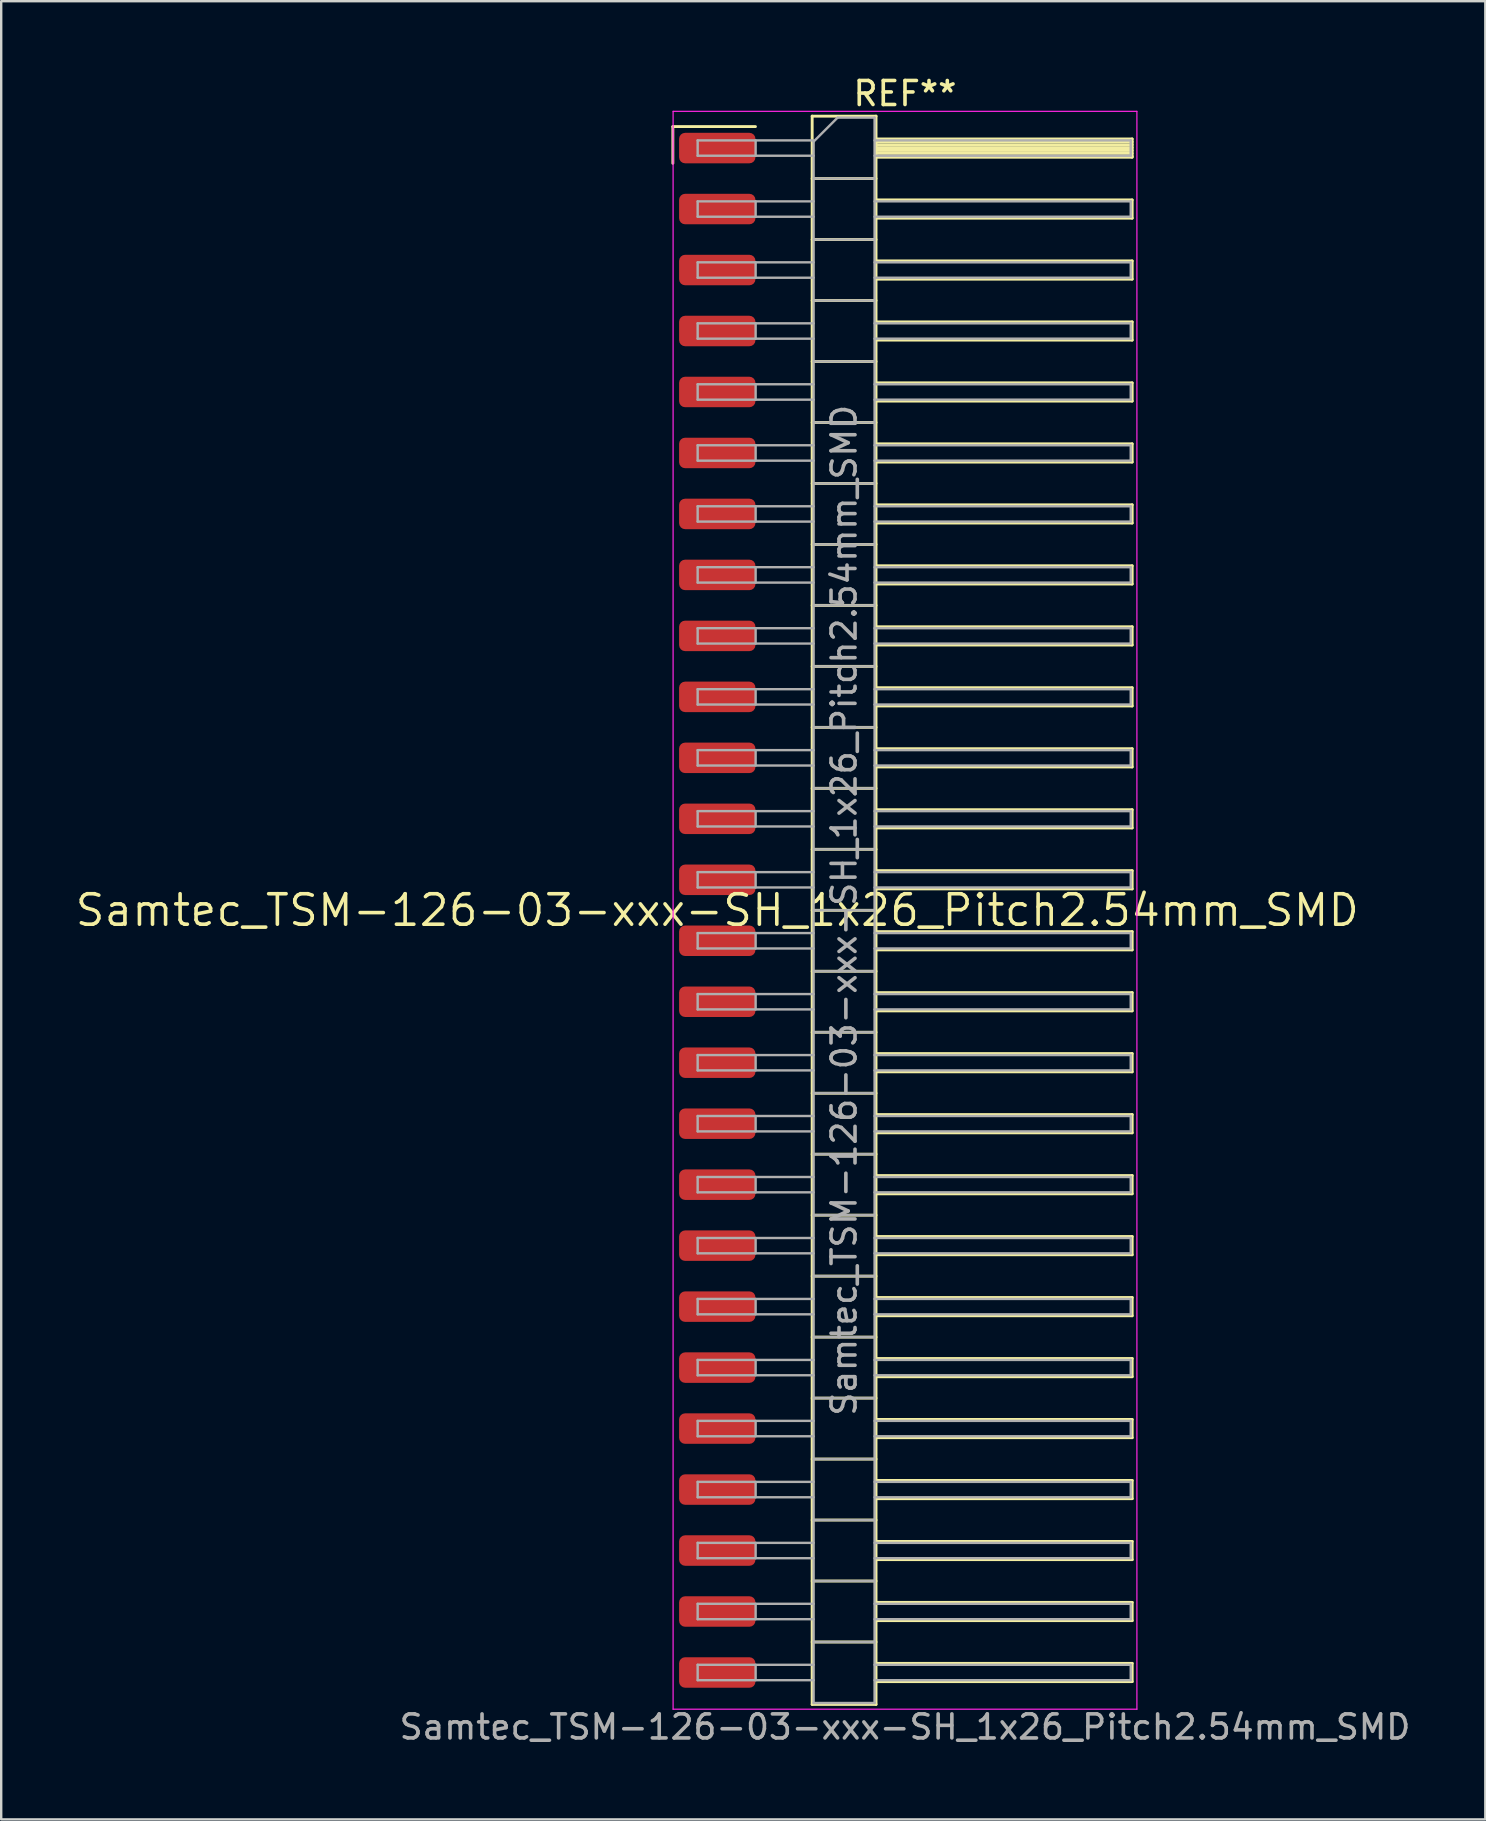
<source format=kicad_pcb>
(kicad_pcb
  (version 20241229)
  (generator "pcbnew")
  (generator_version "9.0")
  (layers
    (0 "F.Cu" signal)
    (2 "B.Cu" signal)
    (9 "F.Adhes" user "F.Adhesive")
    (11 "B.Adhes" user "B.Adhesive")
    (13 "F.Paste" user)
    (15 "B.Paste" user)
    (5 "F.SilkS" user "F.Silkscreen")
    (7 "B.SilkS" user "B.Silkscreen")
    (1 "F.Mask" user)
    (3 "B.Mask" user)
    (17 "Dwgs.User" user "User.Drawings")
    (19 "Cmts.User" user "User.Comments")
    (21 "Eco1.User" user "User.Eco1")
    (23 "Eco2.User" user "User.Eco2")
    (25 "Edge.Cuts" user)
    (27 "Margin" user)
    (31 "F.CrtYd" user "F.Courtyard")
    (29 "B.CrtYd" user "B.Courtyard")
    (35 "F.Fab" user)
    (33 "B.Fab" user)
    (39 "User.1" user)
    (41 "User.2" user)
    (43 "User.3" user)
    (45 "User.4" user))
  (footprint "Samtec_TSM-126-03-xxx-SH_1x26_Pitch2.54mm_SMD"
    (layer "F.Cu")
    (at 26.828 34.868)
    (property "Reference" "Samtec_TSM-126-03-xxx-SH_1x26_Pitch2.54mm_SMD" (at 0 0 0) (layer "F.SilkS") (effects (font (size 1.27 1.27) (thickness 0.15))))
    (attr smd)
    (fp_line (start -1.85 -32.645) (end 1.59 -32.645) (stroke (width 0.12) (type solid)) (layer "F.SilkS"))
    (fp_line (start -1.85 -31.115) (end -1.85 -32.645) (stroke (width 0.12) (type solid)) (layer "F.SilkS"))
    (fp_line (start 3.953 -33.08) (end 6.613 -33.08) (stroke (width 0.12) (type solid)) (layer "F.SilkS"))
    (fp_line (start 3.953 -30.48) (end 6.613 -30.48) (stroke (width 0.12) (type solid)) (layer "F.SilkS"))
    (fp_line (start 3.953 -27.94) (end 6.613 -27.94) (stroke (width 0.12) (type solid)) (layer "F.SilkS"))
    (fp_line (start 3.953 -25.4) (end 6.613 -25.4) (stroke (width 0.12) (type solid)) (layer "F.SilkS"))
    (fp_line (start 3.953 -22.86) (end 6.613 -22.86) (stroke (width 0.12) (type solid)) (layer "F.SilkS"))
    (fp_line (start 3.953 -20.32) (end 6.613 -20.32) (stroke (width 0.12) (type solid)) (layer "F.SilkS"))
    (fp_line (start 3.953 -17.78) (end 6.613 -17.78) (stroke (width 0.12) (type solid)) (layer "F.SilkS"))
    (fp_line (start 3.953 -15.24) (end 6.613 -15.24) (stroke (width 0.12) (type solid)) (layer "F.SilkS"))
    (fp_line (start 3.953 -12.7) (end 6.613 -12.7) (stroke (width 0.12) (type solid)) (layer "F.SilkS"))
    (fp_line (start 3.953 -10.16) (end 6.613 -10.16) (stroke (width 0.12) (type solid)) (layer "F.SilkS"))
    (fp_line (start 3.953 -7.62) (end 6.613 -7.62) (stroke (width 0.12) (type solid)) (layer "F.SilkS"))
    (fp_line (start 3.953 -5.08) (end 6.613 -5.08) (stroke (width 0.12) (type solid)) (layer "F.SilkS"))
    (fp_line (start 3.953 -2.54) (end 6.613 -2.54) (stroke (width 0.12) (type solid)) (layer "F.SilkS"))
    (fp_line (start 3.953 0) (end 6.613 0) (stroke (width 0.12) (type solid)) (layer "F.SilkS"))
    (fp_line (start 3.953 2.54) (end 6.613 2.54) (stroke (width 0.12) (type solid)) (layer "F.SilkS"))
    (fp_line (start 3.953 5.08) (end 6.613 5.08) (stroke (width 0.12) (type solid)) (layer "F.SilkS"))
    (fp_line (start 3.953 7.62) (end 6.613 7.62) (stroke (width 0.12) (type solid)) (layer "F.SilkS"))
    (fp_line (start 3.953 10.16) (end 6.613 10.16) (stroke (width 0.12) (type solid)) (layer "F.SilkS"))
    (fp_line (start 3.953 12.7) (end 6.613 12.7) (stroke (width 0.12) (type solid)) (layer "F.SilkS"))
    (fp_line (start 3.953 15.24) (end 6.613 15.24) (stroke (width 0.12) (type solid)) (layer "F.SilkS"))
    (fp_line (start 3.953 17.78) (end 6.613 17.78) (stroke (width 0.12) (type solid)) (layer "F.SilkS"))
    (fp_line (start 3.953 20.32) (end 6.613 20.32) (stroke (width 0.12) (type solid)) (layer "F.SilkS"))
    (fp_line (start 3.953 22.86) (end 6.613 22.86) (stroke (width 0.12) (type solid)) (layer "F.SilkS"))
    (fp_line (start 3.953 25.4) (end 6.613 25.4) (stroke (width 0.12) (type solid)) (layer "F.SilkS"))
    (fp_line (start 3.953 27.94) (end 6.613 27.94) (stroke (width 0.12) (type solid)) (layer "F.SilkS"))
    (fp_line (start 3.953 30.48) (end 6.613 30.48) (stroke (width 0.12) (type solid)) (layer "F.SilkS"))
    (fp_line (start 3.953 33.08) (end 3.953 -33.08) (stroke (width 0.12) (type solid)) (layer "F.SilkS"))
    (fp_line (start 6.613 -33.08) (end 6.613 33.08) (stroke (width 0.12) (type solid)) (layer "F.SilkS"))
    (fp_line (start 6.613 -32.13) (end 17.283 -32.13) (stroke (width 0.12) (type solid)) (layer "F.SilkS"))
    (fp_line (start 6.613 -32.01) (end 17.283 -32.01) (stroke (width 0.12) (type solid)) (layer "F.SilkS"))
    (fp_line (start 6.613 -31.89) (end 17.283 -31.89) (stroke (width 0.12) (type solid)) (layer "F.SilkS"))
    (fp_line (start 6.613 -31.77) (end 17.283 -31.77) (stroke (width 0.12) (type solid)) (layer "F.SilkS"))
    (fp_line (start 6.613 -31.65) (end 17.283 -31.65) (stroke (width 0.12) (type solid)) (layer "F.SilkS"))
    (fp_line (start 6.613 -31.53) (end 17.283 -31.53) (stroke (width 0.12) (type solid)) (layer "F.SilkS"))
    (fp_line (start 6.613 -31.41) (end 17.283 -31.41) (stroke (width 0.12) (type solid)) (layer "F.SilkS"))
    (fp_line (start 6.613 -31.37) (end 17.283 -31.37) (stroke (width 0.12) (type solid)) (layer "F.SilkS"))
    (fp_line (start 6.613 -29.59) (end 17.283 -29.59) (stroke (width 0.12) (type solid)) (layer "F.SilkS"))
    (fp_line (start 6.613 -28.83) (end 17.283 -28.83) (stroke (width 0.12) (type solid)) (layer "F.SilkS"))
    (fp_line (start 6.613 -27.05) (end 17.283 -27.05) (stroke (width 0.12) (type solid)) (layer "F.SilkS"))
    (fp_line (start 6.613 -26.29) (end 17.283 -26.29) (stroke (width 0.12) (type solid)) (layer "F.SilkS"))
    (fp_line (start 6.613 -24.51) (end 17.283 -24.51) (stroke (width 0.12) (type solid)) (layer "F.SilkS"))
    (fp_line (start 6.613 -23.75) (end 17.283 -23.75) (stroke (width 0.12) (type solid)) (layer "F.SilkS"))
    (fp_line (start 6.613 -21.97) (end 17.283 -21.97) (stroke (width 0.12) (type solid)) (layer "F.SilkS"))
    (fp_line (start 6.613 -21.21) (end 17.283 -21.21) (stroke (width 0.12) (type solid)) (layer "F.SilkS"))
    (fp_line (start 6.613 -19.43) (end 17.283 -19.43) (stroke (width 0.12) (type solid)) (layer "F.SilkS"))
    (fp_line (start 6.613 -18.67) (end 17.283 -18.67) (stroke (width 0.12) (type solid)) (layer "F.SilkS"))
    (fp_line (start 6.613 -16.89) (end 17.283 -16.89) (stroke (width 0.12) (type solid)) (layer "F.SilkS"))
    (fp_line (start 6.613 -16.13) (end 17.283 -16.13) (stroke (width 0.12) (type solid)) (layer "F.SilkS"))
    (fp_line (start 6.613 -14.35) (end 17.283 -14.35) (stroke (width 0.12) (type solid)) (layer "F.SilkS"))
    (fp_line (start 6.613 -13.59) (end 17.283 -13.59) (stroke (width 0.12) (type solid)) (layer "F.SilkS"))
    (fp_line (start 6.613 -11.81) (end 17.283 -11.81) (stroke (width 0.12) (type solid)) (layer "F.SilkS"))
    (fp_line (start 6.613 -11.05) (end 17.283 -11.05) (stroke (width 0.12) (type solid)) (layer "F.SilkS"))
    (fp_line (start 6.613 -9.27) (end 17.283 -9.27) (stroke (width 0.12) (type solid)) (layer "F.SilkS"))
    (fp_line (start 6.613 -8.51) (end 17.283 -8.51) (stroke (width 0.12) (type solid)) (layer "F.SilkS"))
    (fp_line (start 6.613 -6.73) (end 17.283 -6.73) (stroke (width 0.12) (type solid)) (layer "F.SilkS"))
    (fp_line (start 6.613 -5.97) (end 17.283 -5.97) (stroke (width 0.12) (type solid)) (layer "F.SilkS"))
    (fp_line (start 6.613 -4.19) (end 17.283 -4.19) (stroke (width 0.12) (type solid)) (layer "F.SilkS"))
    (fp_line (start 6.613 -3.43) (end 17.283 -3.43) (stroke (width 0.12) (type solid)) (layer "F.SilkS"))
    (fp_line (start 6.613 -1.65) (end 17.283 -1.65) (stroke (width 0.12) (type solid)) (layer "F.SilkS"))
    (fp_line (start 6.613 -0.89) (end 17.283 -0.89) (stroke (width 0.12) (type solid)) (layer "F.SilkS"))
    (fp_line (start 6.613 0.89) (end 17.283 0.89) (stroke (width 0.12) (type solid)) (layer "F.SilkS"))
    (fp_line (start 6.613 1.65) (end 17.283 1.65) (stroke (width 0.12) (type solid)) (layer "F.SilkS"))
    (fp_line (start 6.613 3.43) (end 17.283 3.43) (stroke (width 0.12) (type solid)) (layer "F.SilkS"))
    (fp_line (start 6.613 4.19) (end 17.283 4.19) (stroke (width 0.12) (type solid)) (layer "F.SilkS"))
    (fp_line (start 6.613 5.97) (end 17.283 5.97) (stroke (width 0.12) (type solid)) (layer "F.SilkS"))
    (fp_line (start 6.613 6.73) (end 17.283 6.73) (stroke (width 0.12) (type solid)) (layer "F.SilkS"))
    (fp_line (start 6.613 8.51) (end 17.283 8.51) (stroke (width 0.12) (type solid)) (layer "F.SilkS"))
    (fp_line (start 6.613 9.27) (end 17.283 9.27) (stroke (width 0.12) (type solid)) (layer "F.SilkS"))
    (fp_line (start 6.613 11.05) (end 17.283 11.05) (stroke (width 0.12) (type solid)) (layer "F.SilkS"))
    (fp_line (start 6.613 11.81) (end 17.283 11.81) (stroke (width 0.12) (type solid)) (layer "F.SilkS"))
    (fp_line (start 6.613 13.59) (end 17.283 13.59) (stroke (width 0.12) (type solid)) (layer "F.SilkS"))
    (fp_line (start 6.613 14.35) (end 17.283 14.35) (stroke (width 0.12) (type solid)) (layer "F.SilkS"))
    (fp_line (start 6.613 16.13) (end 17.283 16.13) (stroke (width 0.12) (type solid)) (layer "F.SilkS"))
    (fp_line (start 6.613 16.89) (end 17.283 16.89) (stroke (width 0.12) (type solid)) (layer "F.SilkS"))
    (fp_line (start 6.613 18.67) (end 17.283 18.67) (stroke (width 0.12) (type solid)) (layer "F.SilkS"))
    (fp_line (start 6.613 19.43) (end 17.283 19.43) (stroke (width 0.12) (type solid)) (layer "F.SilkS"))
    (fp_line (start 6.613 21.21) (end 17.283 21.21) (stroke (width 0.12) (type solid)) (layer "F.SilkS"))
    (fp_line (start 6.613 21.97) (end 17.283 21.97) (stroke (width 0.12) (type solid)) (layer "F.SilkS"))
    (fp_line (start 6.613 23.75) (end 17.283 23.75) (stroke (width 0.12) (type solid)) (layer "F.SilkS"))
    (fp_line (start 6.613 24.51) (end 17.283 24.51) (stroke (width 0.12) (type solid)) (layer "F.SilkS"))
    (fp_line (start 6.613 26.29) (end 17.283 26.29) (stroke (width 0.12) (type solid)) (layer "F.SilkS"))
    (fp_line (start 6.613 27.05) (end 17.283 27.05) (stroke (width 0.12) (type solid)) (layer "F.SilkS"))
    (fp_line (start 6.613 28.83) (end 17.283 28.83) (stroke (width 0.12) (type solid)) (layer "F.SilkS"))
    (fp_line (start 6.613 29.59) (end 17.283 29.59) (stroke (width 0.12) (type solid)) (layer "F.SilkS"))
    (fp_line (start 6.613 31.37) (end 17.283 31.37) (stroke (width 0.12) (type solid)) (layer "F.SilkS"))
    (fp_line (start 6.613 32.13) (end 17.283 32.13) (stroke (width 0.12) (type solid)) (layer "F.SilkS"))
    (fp_line (start 6.613 33.08) (end 3.953 33.08) (stroke (width 0.12) (type solid)) (layer "F.SilkS"))
    (fp_line (start 17.283 -32.13) (end 17.283 -31.37) (stroke (width 0.12) (type solid)) (layer "F.SilkS"))
    (fp_line (start 17.283 -29.59) (end 17.283 -28.83) (stroke (width 0.12) (type solid)) (layer "F.SilkS"))
    (fp_line (start 17.283 -27.05) (end 17.283 -26.29) (stroke (width 0.12) (type solid)) (layer "F.SilkS"))
    (fp_line (start 17.283 -24.51) (end 17.283 -23.75) (stroke (width 0.12) (type solid)) (layer "F.SilkS"))
    (fp_line (start 17.283 -21.97) (end 17.283 -21.21) (stroke (width 0.12) (type solid)) (layer "F.SilkS"))
    (fp_line (start 17.283 -19.43) (end 17.283 -18.67) (stroke (width 0.12) (type solid)) (layer "F.SilkS"))
    (fp_line (start 17.283 -16.89) (end 17.283 -16.13) (stroke (width 0.12) (type solid)) (layer "F.SilkS"))
    (fp_line (start 17.283 -14.35) (end 17.283 -13.59) (stroke (width 0.12) (type solid)) (layer "F.SilkS"))
    (fp_line (start 17.283 -11.81) (end 17.283 -11.05) (stroke (width 0.12) (type solid)) (layer "F.SilkS"))
    (fp_line (start 17.283 -9.27) (end 17.283 -8.51) (stroke (width 0.12) (type solid)) (layer "F.SilkS"))
    (fp_line (start 17.283 -6.73) (end 17.283 -5.97) (stroke (width 0.12) (type solid)) (layer "F.SilkS"))
    (fp_line (start 17.283 -4.19) (end 17.283 -3.43) (stroke (width 0.12) (type solid)) (layer "F.SilkS"))
    (fp_line (start 17.283 -1.65) (end 17.283 -0.89) (stroke (width 0.12) (type solid)) (layer "F.SilkS"))
    (fp_line (start 17.283 0.89) (end 17.283 1.65) (stroke (width 0.12) (type solid)) (layer "F.SilkS"))
    (fp_line (start 17.283 3.43) (end 17.283 4.19) (stroke (width 0.12) (type solid)) (layer "F.SilkS"))
    (fp_line (start 17.283 5.97) (end 17.283 6.73) (stroke (width 0.12) (type solid)) (layer "F.SilkS"))
    (fp_line (start 17.283 8.51) (end 17.283 9.27) (stroke (width 0.12) (type solid)) (layer "F.SilkS"))
    (fp_line (start 17.283 11.05) (end 17.283 11.81) (stroke (width 0.12) (type solid)) (layer "F.SilkS"))
    (fp_line (start 17.283 13.59) (end 17.283 14.35) (stroke (width 0.12) (type solid)) (layer "F.SilkS"))
    (fp_line (start 17.283 16.13) (end 17.283 16.89) (stroke (width 0.12) (type solid)) (layer "F.SilkS"))
    (fp_line (start 17.283 18.67) (end 17.283 19.43) (stroke (width 0.12) (type solid)) (layer "F.SilkS"))
    (fp_line (start 17.283 21.21) (end 17.283 21.97) (stroke (width 0.12) (type solid)) (layer "F.SilkS"))
    (fp_line (start 17.283 23.75) (end 17.283 24.51) (stroke (width 0.12) (type solid)) (layer "F.SilkS"))
    (fp_line (start 17.283 26.29) (end 17.283 27.05) (stroke (width 0.12) (type solid)) (layer "F.SilkS"))
    (fp_line (start 17.283 28.83) (end 17.283 29.59) (stroke (width 0.12) (type solid)) (layer "F.SilkS"))
    (fp_line (start 17.283 31.37) (end 17.283 32.13) (stroke (width 0.12) (type solid)) (layer "F.SilkS"))
    (fp_line (start -1.84 -33.28) (end 17.48 -33.28) (stroke (width 0.05) (type solid)) (layer "F.CrtYd"))
    (fp_line (start -1.84 33.28) (end -1.84 -33.28) (stroke (width 0.05) (type solid)) (layer "F.CrtYd"))
    (fp_line (start 17.48 -33.28) (end 17.48 33.28) (stroke (width 0.05) (type solid)) (layer "F.CrtYd"))
    (fp_line (start 17.48 33.28) (end -1.84 33.28) (stroke (width 0.05) (type solid)) (layer "F.CrtYd"))
    (fp_line (start -0.817 -32.07) (end -0.817 -31.43) (stroke (width 0.1) (type solid)) (layer "F.Fab"))
    (fp_line (start -0.817 -32.07) (end 4.013 -32.07) (stroke (width 0.1) (type solid)) (layer "F.Fab"))
    (fp_line (start -0.817 -31.43) (end 4.013 -31.43) (stroke (width 0.1) (type solid)) (layer "F.Fab"))
    (fp_line (start -0.817 -29.53) (end -0.817 -28.89) (stroke (width 0.1) (type solid)) (layer "F.Fab"))
    (fp_line (start -0.817 -29.53) (end 4.013 -29.53) (stroke (width 0.1) (type solid)) (layer "F.Fab"))
    (fp_line (start -0.817 -28.89) (end 4.013 -28.89) (stroke (width 0.1) (type solid)) (layer "F.Fab"))
    (fp_line (start -0.817 -26.99) (end -0.817 -26.35) (stroke (width 0.1) (type solid)) (layer "F.Fab"))
    (fp_line (start -0.817 -26.99) (end 4.013 -26.99) (stroke (width 0.1) (type solid)) (layer "F.Fab"))
    (fp_line (start -0.817 -26.35) (end 4.013 -26.35) (stroke (width 0.1) (type solid)) (layer "F.Fab"))
    (fp_line (start -0.817 -24.45) (end -0.817 -23.81) (stroke (width 0.1) (type solid)) (layer "F.Fab"))
    (fp_line (start -0.817 -24.45) (end 4.013 -24.45) (stroke (width 0.1) (type solid)) (layer "F.Fab"))
    (fp_line (start -0.817 -23.81) (end 4.013 -23.81) (stroke (width 0.1) (type solid)) (layer "F.Fab"))
    (fp_line (start -0.817 -21.91) (end -0.817 -21.27) (stroke (width 0.1) (type solid)) (layer "F.Fab"))
    (fp_line (start -0.817 -21.91) (end 4.013 -21.91) (stroke (width 0.1) (type solid)) (layer "F.Fab"))
    (fp_line (start -0.817 -21.27) (end 4.013 -21.27) (stroke (width 0.1) (type solid)) (layer "F.Fab"))
    (fp_line (start -0.817 -19.37) (end -0.817 -18.73) (stroke (width 0.1) (type solid)) (layer "F.Fab"))
    (fp_line (start -0.817 -19.37) (end 4.013 -19.37) (stroke (width 0.1) (type solid)) (layer "F.Fab"))
    (fp_line (start -0.817 -18.73) (end 4.013 -18.73) (stroke (width 0.1) (type solid)) (layer "F.Fab"))
    (fp_line (start -0.817 -16.83) (end -0.817 -16.19) (stroke (width 0.1) (type solid)) (layer "F.Fab"))
    (fp_line (start -0.817 -16.83) (end 4.013 -16.83) (stroke (width 0.1) (type solid)) (layer "F.Fab"))
    (fp_line (start -0.817 -16.19) (end 4.013 -16.19) (stroke (width 0.1) (type solid)) (layer "F.Fab"))
    (fp_line (start -0.817 -14.29) (end -0.817 -13.65) (stroke (width 0.1) (type solid)) (layer "F.Fab"))
    (fp_line (start -0.817 -14.29) (end 4.013 -14.29) (stroke (width 0.1) (type solid)) (layer "F.Fab"))
    (fp_line (start -0.817 -13.65) (end 4.013 -13.65) (stroke (width 0.1) (type solid)) (layer "F.Fab"))
    (fp_line (start -0.817 -11.75) (end -0.817 -11.11) (stroke (width 0.1) (type solid)) (layer "F.Fab"))
    (fp_line (start -0.817 -11.75) (end 4.013 -11.75) (stroke (width 0.1) (type solid)) (layer "F.Fab"))
    (fp_line (start -0.817 -11.11) (end 4.013 -11.11) (stroke (width 0.1) (type solid)) (layer "F.Fab"))
    (fp_line (start -0.817 -9.21) (end -0.817 -8.57) (stroke (width 0.1) (type solid)) (layer "F.Fab"))
    (fp_line (start -0.817 -9.21) (end 4.013 -9.21) (stroke (width 0.1) (type solid)) (layer "F.Fab"))
    (fp_line (start -0.817 -8.57) (end 4.013 -8.57) (stroke (width 0.1) (type solid)) (layer "F.Fab"))
    (fp_line (start -0.817 -6.67) (end -0.817 -6.03) (stroke (width 0.1) (type solid)) (layer "F.Fab"))
    (fp_line (start -0.817 -6.67) (end 4.013 -6.67) (stroke (width 0.1) (type solid)) (layer "F.Fab"))
    (fp_line (start -0.817 -6.03) (end 4.013 -6.03) (stroke (width 0.1) (type solid)) (layer "F.Fab"))
    (fp_line (start -0.817 -4.13) (end -0.817 -3.49) (stroke (width 0.1) (type solid)) (layer "F.Fab"))
    (fp_line (start -0.817 -4.13) (end 4.013 -4.13) (stroke (width 0.1) (type solid)) (layer "F.Fab"))
    (fp_line (start -0.817 -3.49) (end 4.013 -3.49) (stroke (width 0.1) (type solid)) (layer "F.Fab"))
    (fp_line (start -0.817 -1.59) (end -0.817 -0.95) (stroke (width 0.1) (type solid)) (layer "F.Fab"))
    (fp_line (start -0.817 -1.59) (end 4.013 -1.59) (stroke (width 0.1) (type solid)) (layer "F.Fab"))
    (fp_line (start -0.817 -0.95) (end 4.013 -0.95) (stroke (width 0.1) (type solid)) (layer "F.Fab"))
    (fp_line (start -0.817 0.95) (end -0.817 1.59) (stroke (width 0.1) (type solid)) (layer "F.Fab"))
    (fp_line (start -0.817 0.95) (end 4.013 0.95) (stroke (width 0.1) (type solid)) (layer "F.Fab"))
    (fp_line (start -0.817 1.59) (end 4.013 1.59) (stroke (width 0.1) (type solid)) (layer "F.Fab"))
    (fp_line (start -0.817 3.49) (end -0.817 4.13) (stroke (width 0.1) (type solid)) (layer "F.Fab"))
    (fp_line (start -0.817 3.49) (end 4.013 3.49) (stroke (width 0.1) (type solid)) (layer "F.Fab"))
    (fp_line (start -0.817 4.13) (end 4.013 4.13) (stroke (width 0.1) (type solid)) (layer "F.Fab"))
    (fp_line (start -0.817 6.03) (end -0.817 6.67) (stroke (width 0.1) (type solid)) (layer "F.Fab"))
    (fp_line (start -0.817 6.03) (end 4.013 6.03) (stroke (width 0.1) (type solid)) (layer "F.Fab"))
    (fp_line (start -0.817 6.67) (end 4.013 6.67) (stroke (width 0.1) (type solid)) (layer "F.Fab"))
    (fp_line (start -0.817 8.57) (end -0.817 9.21) (stroke (width 0.1) (type solid)) (layer "F.Fab"))
    (fp_line (start -0.817 8.57) (end 4.013 8.57) (stroke (width 0.1) (type solid)) (layer "F.Fab"))
    (fp_line (start -0.817 9.21) (end 4.013 9.21) (stroke (width 0.1) (type solid)) (layer "F.Fab"))
    (fp_line (start -0.817 11.11) (end -0.817 11.75) (stroke (width 0.1) (type solid)) (layer "F.Fab"))
    (fp_line (start -0.817 11.11) (end 4.013 11.11) (stroke (width 0.1) (type solid)) (layer "F.Fab"))
    (fp_line (start -0.817 11.75) (end 4.013 11.75) (stroke (width 0.1) (type solid)) (layer "F.Fab"))
    (fp_line (start -0.817 13.65) (end -0.817 14.29) (stroke (width 0.1) (type solid)) (layer "F.Fab"))
    (fp_line (start -0.817 13.65) (end 4.013 13.65) (stroke (width 0.1) (type solid)) (layer "F.Fab"))
    (fp_line (start -0.817 14.29) (end 4.013 14.29) (stroke (width 0.1) (type solid)) (layer "F.Fab"))
    (fp_line (start -0.817 16.19) (end -0.817 16.83) (stroke (width 0.1) (type solid)) (layer "F.Fab"))
    (fp_line (start -0.817 16.19) (end 4.013 16.19) (stroke (width 0.1) (type solid)) (layer "F.Fab"))
    (fp_line (start -0.817 16.83) (end 4.013 16.83) (stroke (width 0.1) (type solid)) (layer "F.Fab"))
    (fp_line (start -0.817 18.73) (end -0.817 19.37) (stroke (width 0.1) (type solid)) (layer "F.Fab"))
    (fp_line (start -0.817 18.73) (end 4.013 18.73) (stroke (width 0.1) (type solid)) (layer "F.Fab"))
    (fp_line (start -0.817 19.37) (end 4.013 19.37) (stroke (width 0.1) (type solid)) (layer "F.Fab"))
    (fp_line (start -0.817 21.27) (end -0.817 21.91) (stroke (width 0.1) (type solid)) (layer "F.Fab"))
    (fp_line (start -0.817 21.27) (end 4.013 21.27) (stroke (width 0.1) (type solid)) (layer "F.Fab"))
    (fp_line (start -0.817 21.91) (end 4.013 21.91) (stroke (width 0.1) (type solid)) (layer "F.Fab"))
    (fp_line (start -0.817 23.81) (end -0.817 24.45) (stroke (width 0.1) (type solid)) (layer "F.Fab"))
    (fp_line (start -0.817 23.81) (end 4.013 23.81) (stroke (width 0.1) (type solid)) (layer "F.Fab"))
    (fp_line (start -0.817 24.45) (end 4.013 24.45) (stroke (width 0.1) (type solid)) (layer "F.Fab"))
    (fp_line (start -0.817 26.35) (end -0.817 26.99) (stroke (width 0.1) (type solid)) (layer "F.Fab"))
    (fp_line (start -0.817 26.35) (end 4.013 26.35) (stroke (width 0.1) (type solid)) (layer "F.Fab"))
    (fp_line (start -0.817 26.99) (end 4.013 26.99) (stroke (width 0.1) (type solid)) (layer "F.Fab"))
    (fp_line (start -0.817 28.89) (end -0.817 29.53) (stroke (width 0.1) (type solid)) (layer "F.Fab"))
    (fp_line (start -0.817 28.89) (end 4.013 28.89) (stroke (width 0.1) (type solid)) (layer "F.Fab"))
    (fp_line (start -0.817 29.53) (end 4.013 29.53) (stroke (width 0.1) (type solid)) (layer "F.Fab"))
    (fp_line (start -0.817 31.43) (end -0.817 32.07) (stroke (width 0.1) (type solid)) (layer "F.Fab"))
    (fp_line (start -0.817 31.43) (end 4.013 31.43) (stroke (width 0.1) (type solid)) (layer "F.Fab"))
    (fp_line (start -0.817 32.07) (end 4.013 32.07) (stroke (width 0.1) (type solid)) (layer "F.Fab"))
    (fp_line (start 1.598 -32.07) (end 1.598 -31.43) (stroke (width 0.1) (type solid)) (layer "F.Fab"))
    (fp_line (start 1.598 -29.53) (end 1.598 -28.89) (stroke (width 0.1) (type solid)) (layer "F.Fab"))
    (fp_line (start 1.598 -26.99) (end 1.598 -26.35) (stroke (width 0.1) (type solid)) (layer "F.Fab"))
    (fp_line (start 1.598 -24.45) (end 1.598 -23.81) (stroke (width 0.1) (type solid)) (layer "F.Fab"))
    (fp_line (start 1.598 -21.91) (end 1.598 -21.27) (stroke (width 0.1) (type solid)) (layer "F.Fab"))
    (fp_line (start 1.598 -19.37) (end 1.598 -18.73) (stroke (width 0.1) (type solid)) (layer "F.Fab"))
    (fp_line (start 1.598 -16.83) (end 1.598 -16.19) (stroke (width 0.1) (type solid)) (layer "F.Fab"))
    (fp_line (start 1.598 -14.29) (end 1.598 -13.65) (stroke (width 0.1) (type solid)) (layer "F.Fab"))
    (fp_line (start 1.598 -11.75) (end 1.598 -11.11) (stroke (width 0.1) (type solid)) (layer "F.Fab"))
    (fp_line (start 1.598 -9.21) (end 1.598 -8.57) (stroke (width 0.1) (type solid)) (layer "F.Fab"))
    (fp_line (start 1.598 -6.67) (end 1.598 -6.03) (stroke (width 0.1) (type solid)) (layer "F.Fab"))
    (fp_line (start 1.598 -4.13) (end 1.598 -3.49) (stroke (width 0.1) (type solid)) (layer "F.Fab"))
    (fp_line (start 1.598 -1.59) (end 1.598 -0.95) (stroke (width 0.1) (type solid)) (layer "F.Fab"))
    (fp_line (start 1.598 0.95) (end 1.598 1.59) (stroke (width 0.1) (type solid)) (layer "F.Fab"))
    (fp_line (start 1.598 3.49) (end 1.598 4.13) (stroke (width 0.1) (type solid)) (layer "F.Fab"))
    (fp_line (start 1.598 6.03) (end 1.598 6.67) (stroke (width 0.1) (type solid)) (layer "F.Fab"))
    (fp_line (start 1.598 8.57) (end 1.598 9.21) (stroke (width 0.1) (type solid)) (layer "F.Fab"))
    (fp_line (start 1.598 11.11) (end 1.598 11.75) (stroke (width 0.1) (type solid)) (layer "F.Fab"))
    (fp_line (start 1.598 13.65) (end 1.598 14.29) (stroke (width 0.1) (type solid)) (layer "F.Fab"))
    (fp_line (start 1.598 16.19) (end 1.598 16.83) (stroke (width 0.1) (type solid)) (layer "F.Fab"))
    (fp_line (start 1.598 18.73) (end 1.598 19.37) (stroke (width 0.1) (type solid)) (layer "F.Fab"))
    (fp_line (start 1.598 21.27) (end 1.598 21.91) (stroke (width 0.1) (type solid)) (layer "F.Fab"))
    (fp_line (start 1.598 23.81) (end 1.598 24.45) (stroke (width 0.1) (type solid)) (layer "F.Fab"))
    (fp_line (start 1.598 26.35) (end 1.598 26.99) (stroke (width 0.1) (type solid)) (layer "F.Fab"))
    (fp_line (start 1.598 28.89) (end 1.598 29.53) (stroke (width 0.1) (type solid)) (layer "F.Fab"))
    (fp_line (start 1.598 31.43) (end 1.598 32.07) (stroke (width 0.1) (type solid)) (layer "F.Fab"))
    (fp_line (start 4.013 -32.02) (end 5.013 -33.02) (stroke (width 0.1) (type solid)) (layer "F.Fab"))
    (fp_line (start 4.013 -30.48) (end 6.553 -30.48) (stroke (width 0.1) (type solid)) (layer "F.Fab"))
    (fp_line (start 4.013 -27.94) (end 6.553 -27.94) (stroke (width 0.1) (type solid)) (layer "F.Fab"))
    (fp_line (start 4.013 -25.4) (end 6.553 -25.4) (stroke (width 0.1) (type solid)) (layer "F.Fab"))
    (fp_line (start 4.013 -22.86) (end 6.553 -22.86) (stroke (width 0.1) (type solid)) (layer "F.Fab"))
    (fp_line (start 4.013 -20.32) (end 6.553 -20.32) (stroke (width 0.1) (type solid)) (layer "F.Fab"))
    (fp_line (start 4.013 -17.78) (end 6.553 -17.78) (stroke (width 0.1) (type solid)) (layer "F.Fab"))
    (fp_line (start 4.013 -15.24) (end 6.553 -15.24) (stroke (width 0.1) (type solid)) (layer "F.Fab"))
    (fp_line (start 4.013 -12.7) (end 6.553 -12.7) (stroke (width 0.1) (type solid)) (layer "F.Fab"))
    (fp_line (start 4.013 -10.16) (end 6.553 -10.16) (stroke (width 0.1) (type solid)) (layer "F.Fab"))
    (fp_line (start 4.013 -7.62) (end 6.553 -7.62) (stroke (width 0.1) (type solid)) (layer "F.Fab"))
    (fp_line (start 4.013 -5.08) (end 6.553 -5.08) (stroke (width 0.1) (type solid)) (layer "F.Fab"))
    (fp_line (start 4.013 -2.54) (end 6.553 -2.54) (stroke (width 0.1) (type solid)) (layer "F.Fab"))
    (fp_line (start 4.013 0) (end 6.553 0) (stroke (width 0.1) (type solid)) (layer "F.Fab"))
    (fp_line (start 4.013 2.54) (end 6.553 2.54) (stroke (width 0.1) (type solid)) (layer "F.Fab"))
    (fp_line (start 4.013 5.08) (end 6.553 5.08) (stroke (width 0.1) (type solid)) (layer "F.Fab"))
    (fp_line (start 4.013 7.62) (end 6.553 7.62) (stroke (width 0.1) (type solid)) (layer "F.Fab"))
    (fp_line (start 4.013 10.16) (end 6.553 10.16) (stroke (width 0.1) (type solid)) (layer "F.Fab"))
    (fp_line (start 4.013 12.7) (end 6.553 12.7) (stroke (width 0.1) (type solid)) (layer "F.Fab"))
    (fp_line (start 4.013 15.24) (end 6.553 15.24) (stroke (width 0.1) (type solid)) (layer "F.Fab"))
    (fp_line (start 4.013 17.78) (end 6.553 17.78) (stroke (width 0.1) (type solid)) (layer "F.Fab"))
    (fp_line (start 4.013 20.32) (end 6.553 20.32) (stroke (width 0.1) (type solid)) (layer "F.Fab"))
    (fp_line (start 4.013 22.86) (end 6.553 22.86) (stroke (width 0.1) (type solid)) (layer "F.Fab"))
    (fp_line (start 4.013 25.4) (end 6.553 25.4) (stroke (width 0.1) (type solid)) (layer "F.Fab"))
    (fp_line (start 4.013 27.94) (end 6.553 27.94) (stroke (width 0.1) (type solid)) (layer "F.Fab"))
    (fp_line (start 4.013 30.48) (end 6.553 30.48) (stroke (width 0.1) (type solid)) (layer "F.Fab"))
    (fp_line (start 4.013 33.02) (end 4.013 -32.02) (stroke (width 0.1) (type solid)) (layer "F.Fab"))
    (fp_line (start 5.013 -33.02) (end 6.553 -33.02) (stroke (width 0.1) (type solid)) (layer "F.Fab"))
    (fp_line (start 6.553 -33.02) (end 6.553 33.02) (stroke (width 0.1) (type solid)) (layer "F.Fab"))
    (fp_line (start 6.553 -32.07) (end 17.223 -32.07) (stroke (width 0.1) (type solid)) (layer "F.Fab"))
    (fp_line (start 6.553 -31.43) (end 17.223 -31.43) (stroke (width 0.1) (type solid)) (layer "F.Fab"))
    (fp_line (start 6.553 -29.53) (end 17.223 -29.53) (stroke (width 0.1) (type solid)) (layer "F.Fab"))
    (fp_line (start 6.553 -28.89) (end 17.223 -28.89) (stroke (width 0.1) (type solid)) (layer "F.Fab"))
    (fp_line (start 6.553 -26.99) (end 17.223 -26.99) (stroke (width 0.1) (type solid)) (layer "F.Fab"))
    (fp_line (start 6.553 -26.35) (end 17.223 -26.35) (stroke (width 0.1) (type solid)) (layer "F.Fab"))
    (fp_line (start 6.553 -24.45) (end 17.223 -24.45) (stroke (width 0.1) (type solid)) (layer "F.Fab"))
    (fp_line (start 6.553 -23.81) (end 17.223 -23.81) (stroke (width 0.1) (type solid)) (layer "F.Fab"))
    (fp_line (start 6.553 -21.91) (end 17.223 -21.91) (stroke (width 0.1) (type solid)) (layer "F.Fab"))
    (fp_line (start 6.553 -21.27) (end 17.223 -21.27) (stroke (width 0.1) (type solid)) (layer "F.Fab"))
    (fp_line (start 6.553 -19.37) (end 17.223 -19.37) (stroke (width 0.1) (type solid)) (layer "F.Fab"))
    (fp_line (start 6.553 -18.73) (end 17.223 -18.73) (stroke (width 0.1) (type solid)) (layer "F.Fab"))
    (fp_line (start 6.553 -16.83) (end 17.223 -16.83) (stroke (width 0.1) (type solid)) (layer "F.Fab"))
    (fp_line (start 6.553 -16.19) (end 17.223 -16.19) (stroke (width 0.1) (type solid)) (layer "F.Fab"))
    (fp_line (start 6.553 -14.29) (end 17.223 -14.29) (stroke (width 0.1) (type solid)) (layer "F.Fab"))
    (fp_line (start 6.553 -13.65) (end 17.223 -13.65) (stroke (width 0.1) (type solid)) (layer "F.Fab"))
    (fp_line (start 6.553 -11.75) (end 17.223 -11.75) (stroke (width 0.1) (type solid)) (layer "F.Fab"))
    (fp_line (start 6.553 -11.11) (end 17.223 -11.11) (stroke (width 0.1) (type solid)) (layer "F.Fab"))
    (fp_line (start 6.553 -9.21) (end 17.223 -9.21) (stroke (width 0.1) (type solid)) (layer "F.Fab"))
    (fp_line (start 6.553 -8.57) (end 17.223 -8.57) (stroke (width 0.1) (type solid)) (layer "F.Fab"))
    (fp_line (start 6.553 -6.67) (end 17.223 -6.67) (stroke (width 0.1) (type solid)) (layer "F.Fab"))
    (fp_line (start 6.553 -6.03) (end 17.223 -6.03) (stroke (width 0.1) (type solid)) (layer "F.Fab"))
    (fp_line (start 6.553 -4.13) (end 17.223 -4.13) (stroke (width 0.1) (type solid)) (layer "F.Fab"))
    (fp_line (start 6.553 -3.49) (end 17.223 -3.49) (stroke (width 0.1) (type solid)) (layer "F.Fab"))
    (fp_line (start 6.553 -1.59) (end 17.223 -1.59) (stroke (width 0.1) (type solid)) (layer "F.Fab"))
    (fp_line (start 6.553 -0.95) (end 17.223 -0.95) (stroke (width 0.1) (type solid)) (layer "F.Fab"))
    (fp_line (start 6.553 0.95) (end 17.223 0.95) (stroke (width 0.1) (type solid)) (layer "F.Fab"))
    (fp_line (start 6.553 1.59) (end 17.223 1.59) (stroke (width 0.1) (type solid)) (layer "F.Fab"))
    (fp_line (start 6.553 3.49) (end 17.223 3.49) (stroke (width 0.1) (type solid)) (layer "F.Fab"))
    (fp_line (start 6.553 4.13) (end 17.223 4.13) (stroke (width 0.1) (type solid)) (layer "F.Fab"))
    (fp_line (start 6.553 6.03) (end 17.223 6.03) (stroke (width 0.1) (type solid)) (layer "F.Fab"))
    (fp_line (start 6.553 6.67) (end 17.223 6.67) (stroke (width 0.1) (type solid)) (layer "F.Fab"))
    (fp_line (start 6.553 8.57) (end 17.223 8.57) (stroke (width 0.1) (type solid)) (layer "F.Fab"))
    (fp_line (start 6.553 9.21) (end 17.223 9.21) (stroke (width 0.1) (type solid)) (layer "F.Fab"))
    (fp_line (start 6.553 11.11) (end 17.223 11.11) (stroke (width 0.1) (type solid)) (layer "F.Fab"))
    (fp_line (start 6.553 11.75) (end 17.223 11.75) (stroke (width 0.1) (type solid)) (layer "F.Fab"))
    (fp_line (start 6.553 13.65) (end 17.223 13.65) (stroke (width 0.1) (type solid)) (layer "F.Fab"))
    (fp_line (start 6.553 14.29) (end 17.223 14.29) (stroke (width 0.1) (type solid)) (layer "F.Fab"))
    (fp_line (start 6.553 16.19) (end 17.223 16.19) (stroke (width 0.1) (type solid)) (layer "F.Fab"))
    (fp_line (start 6.553 16.83) (end 17.223 16.83) (stroke (width 0.1) (type solid)) (layer "F.Fab"))
    (fp_line (start 6.553 18.73) (end 17.223 18.73) (stroke (width 0.1) (type solid)) (layer "F.Fab"))
    (fp_line (start 6.553 19.37) (end 17.223 19.37) (stroke (width 0.1) (type solid)) (layer "F.Fab"))
    (fp_line (start 6.553 21.27) (end 17.223 21.27) (stroke (width 0.1) (type solid)) (layer "F.Fab"))
    (fp_line (start 6.553 21.91) (end 17.223 21.91) (stroke (width 0.1) (type solid)) (layer "F.Fab"))
    (fp_line (start 6.553 23.81) (end 17.223 23.81) (stroke (width 0.1) (type solid)) (layer "F.Fab"))
    (fp_line (start 6.553 24.45) (end 17.223 24.45) (stroke (width 0.1) (type solid)) (layer "F.Fab"))
    (fp_line (start 6.553 26.35) (end 17.223 26.35) (stroke (width 0.1) (type solid)) (layer "F.Fab"))
    (fp_line (start 6.553 26.99) (end 17.223 26.99) (stroke (width 0.1) (type solid)) (layer "F.Fab"))
    (fp_line (start 6.553 28.89) (end 17.223 28.89) (stroke (width 0.1) (type solid)) (layer "F.Fab"))
    (fp_line (start 6.553 29.53) (end 17.223 29.53) (stroke (width 0.1) (type solid)) (layer "F.Fab"))
    (fp_line (start 6.553 31.43) (end 17.223 31.43) (stroke (width 0.1) (type solid)) (layer "F.Fab"))
    (fp_line (start 6.553 32.07) (end 17.223 32.07) (stroke (width 0.1) (type solid)) (layer "F.Fab"))
    (fp_line (start 6.553 33.02) (end 4.013 33.02) (stroke (width 0.1) (type solid)) (layer "F.Fab"))
    (fp_line (start 17.223 -32.07) (end 17.223 -31.43) (stroke (width 0.1) (type solid)) (layer "F.Fab"))
    (fp_line (start 17.223 -29.53) (end 17.223 -28.89) (stroke (width 0.1) (type solid)) (layer "F.Fab"))
    (fp_line (start 17.223 -26.99) (end 17.223 -26.35) (stroke (width 0.1) (type solid)) (layer "F.Fab"))
    (fp_line (start 17.223 -24.45) (end 17.223 -23.81) (stroke (width 0.1) (type solid)) (layer "F.Fab"))
    (fp_line (start 17.223 -21.91) (end 17.223 -21.27) (stroke (width 0.1) (type solid)) (layer "F.Fab"))
    (fp_line (start 17.223 -19.37) (end 17.223 -18.73) (stroke (width 0.1) (type solid)) (layer "F.Fab"))
    (fp_line (start 17.223 -16.83) (end 17.223 -16.19) (stroke (width 0.1) (type solid)) (layer "F.Fab"))
    (fp_line (start 17.223 -14.29) (end 17.223 -13.65) (stroke (width 0.1) (type solid)) (layer "F.Fab"))
    (fp_line (start 17.223 -11.75) (end 17.223 -11.11) (stroke (width 0.1) (type solid)) (layer "F.Fab"))
    (fp_line (start 17.223 -9.21) (end 17.223 -8.57) (stroke (width 0.1) (type solid)) (layer "F.Fab"))
    (fp_line (start 17.223 -6.67) (end 17.223 -6.03) (stroke (width 0.1) (type solid)) (layer "F.Fab"))
    (fp_line (start 17.223 -4.13) (end 17.223 -3.49) (stroke (width 0.1) (type solid)) (layer "F.Fab"))
    (fp_line (start 17.223 -1.59) (end 17.223 -0.95) (stroke (width 0.1) (type solid)) (layer "F.Fab"))
    (fp_line (start 17.223 0.95) (end 17.223 1.59) (stroke (width 0.1) (type solid)) (layer "F.Fab"))
    (fp_line (start 17.223 3.49) (end 17.223 4.13) (stroke (width 0.1) (type solid)) (layer "F.Fab"))
    (fp_line (start 17.223 6.03) (end 17.223 6.67) (stroke (width 0.1) (type solid)) (layer "F.Fab"))
    (fp_line (start 17.223 8.57) (end 17.223 9.21) (stroke (width 0.1) (type solid)) (layer "F.Fab"))
    (fp_line (start 17.223 11.11) (end 17.223 11.75) (stroke (width 0.1) (type solid)) (layer "F.Fab"))
    (fp_line (start 17.223 13.65) (end 17.223 14.29) (stroke (width 0.1) (type solid)) (layer "F.Fab"))
    (fp_line (start 17.223 16.19) (end 17.223 16.83) (stroke (width 0.1) (type solid)) (layer "F.Fab"))
    (fp_line (start 17.223 18.73) (end 17.223 19.37) (stroke (width 0.1) (type solid)) (layer "F.Fab"))
    (fp_line (start 17.223 21.27) (end 17.223 21.91) (stroke (width 0.1) (type solid)) (layer "F.Fab"))
    (fp_line (start 17.223 23.81) (end 17.223 24.45) (stroke (width 0.1) (type solid)) (layer "F.Fab"))
    (fp_line (start 17.223 26.35) (end 17.223 26.99) (stroke (width 0.1) (type solid)) (layer "F.Fab"))
    (fp_line (start 17.223 28.89) (end 17.223 29.53) (stroke (width 0.1) (type solid)) (layer "F.Fab"))
    (fp_line (start 17.223 31.43) (end 17.223 32.07) (stroke (width 0.1) (type solid)) (layer "F.Fab"))
    (fp_text user "REF**" (at 7.82 -34.02 0) (layer "F.SilkS") (effects (font (size 1 1) (thickness 0.15))))
    (fp_text user "Samtec_TSM-126-03-xxx-SH_1x26_Pitch2.54mm_SMD" (at 7.82 34.02 0) (layer "F.Fab") (effects (font (size 1 1) (thickness 0.15))))
    (fp_text user "${REFERENCE}" (at 5.283 0 90) (layer "F.Fab") (effects (font (size 1 1) (thickness 0.15))))
    (pad "1" smd roundrect (at 0 -31.75) (size 3.18 1.27) (layers "F.Cu" "F.Mask" "F.Paste") (roundrect_rratio 0.197))
    (pad "2" smd roundrect (at 0 -29.21) (size 3.18 1.27) (layers "F.Cu" "F.Mask" "F.Paste") (roundrect_rratio 0.197))
    (pad "3" smd roundrect (at 0 -26.67) (size 3.18 1.27) (layers "F.Cu" "F.Mask" "F.Paste") (roundrect_rratio 0.197))
    (pad "4" smd roundrect (at 0 -24.13) (size 3.18 1.27) (layers "F.Cu" "F.Mask" "F.Paste") (roundrect_rratio 0.197))
    (pad "5" smd roundrect (at 0 -21.59) (size 3.18 1.27) (layers "F.Cu" "F.Mask" "F.Paste") (roundrect_rratio 0.197))
    (pad "6" smd roundrect (at 0 -19.05) (size 3.18 1.27) (layers "F.Cu" "F.Mask" "F.Paste") (roundrect_rratio 0.197))
    (pad "7" smd roundrect (at 0 -16.51) (size 3.18 1.27) (layers "F.Cu" "F.Mask" "F.Paste") (roundrect_rratio 0.197))
    (pad "8" smd roundrect (at 0 -13.97) (size 3.18 1.27) (layers "F.Cu" "F.Mask" "F.Paste") (roundrect_rratio 0.197))
    (pad "9" smd roundrect (at 0 -11.43) (size 3.18 1.27) (layers "F.Cu" "F.Mask" "F.Paste") (roundrect_rratio 0.197))
    (pad "10" smd roundrect (at 0 -8.89) (size 3.18 1.27) (layers "F.Cu" "F.Mask" "F.Paste") (roundrect_rratio 0.197))
    (pad "11" smd roundrect (at 0 -6.35) (size 3.18 1.27) (layers "F.Cu" "F.Mask" "F.Paste") (roundrect_rratio 0.197))
    (pad "12" smd roundrect (at 0 -3.81) (size 3.18 1.27) (layers "F.Cu" "F.Mask" "F.Paste") (roundrect_rratio 0.197))
    (pad "13" smd roundrect (at 0 -1.27) (size 3.18 1.27) (layers "F.Cu" "F.Mask" "F.Paste") (roundrect_rratio 0.197))
    (pad "14" smd roundrect (at 0 1.27) (size 3.18 1.27) (layers "F.Cu" "F.Mask" "F.Paste") (roundrect_rratio 0.197))
    (pad "15" smd roundrect (at 0 3.81) (size 3.18 1.27) (layers "F.Cu" "F.Mask" "F.Paste") (roundrect_rratio 0.197))
    (pad "16" smd roundrect (at 0 6.35) (size 3.18 1.27) (layers "F.Cu" "F.Mask" "F.Paste") (roundrect_rratio 0.197))
    (pad "17" smd roundrect (at 0 8.89) (size 3.18 1.27) (layers "F.Cu" "F.Mask" "F.Paste") (roundrect_rratio 0.197))
    (pad "18" smd roundrect (at 0 11.43) (size 3.18 1.27) (layers "F.Cu" "F.Mask" "F.Paste") (roundrect_rratio 0.197))
    (pad "19" smd roundrect (at 0 13.97) (size 3.18 1.27) (layers "F.Cu" "F.Mask" "F.Paste") (roundrect_rratio 0.197))
    (pad "20" smd roundrect (at 0 16.51) (size 3.18 1.27) (layers "F.Cu" "F.Mask" "F.Paste") (roundrect_rratio 0.197))
    (pad "21" smd roundrect (at 0 19.05) (size 3.18 1.27) (layers "F.Cu" "F.Mask" "F.Paste") (roundrect_rratio 0.197))
    (pad "22" smd roundrect (at 0 21.59) (size 3.18 1.27) (layers "F.Cu" "F.Mask" "F.Paste") (roundrect_rratio 0.197))
    (pad "23" smd roundrect (at 0 24.13) (size 3.18 1.27) (layers "F.Cu" "F.Mask" "F.Paste") (roundrect_rratio 0.197))
    (pad "24" smd roundrect (at 0 26.67) (size 3.18 1.27) (layers "F.Cu" "F.Mask" "F.Paste") (roundrect_rratio 0.197))
    (pad "25" smd roundrect (at 0 29.21) (size 3.18 1.27) (layers "F.Cu" "F.Mask" "F.Paste") (roundrect_rratio 0.197))
    (pad "26" smd roundrect (at 0 31.75) (size 3.18 1.27) (layers "F.Cu" "F.Mask" "F.Paste") (roundrect_rratio 0.197)))
  (gr_rect
    (start -3 -3)
    (end 58.821 72.737)
    (stroke (width 0.1) (type default))
    (fill no)
    (layer "Edge.Cuts")))
</source>
